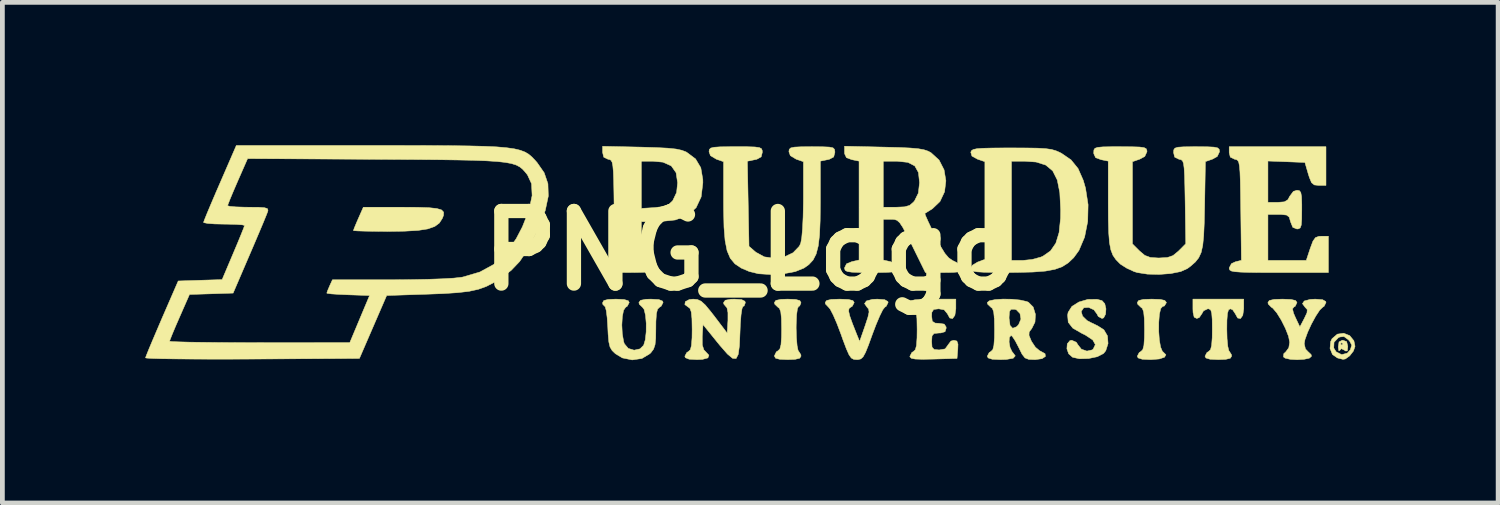
<source format=kicad_pcb>
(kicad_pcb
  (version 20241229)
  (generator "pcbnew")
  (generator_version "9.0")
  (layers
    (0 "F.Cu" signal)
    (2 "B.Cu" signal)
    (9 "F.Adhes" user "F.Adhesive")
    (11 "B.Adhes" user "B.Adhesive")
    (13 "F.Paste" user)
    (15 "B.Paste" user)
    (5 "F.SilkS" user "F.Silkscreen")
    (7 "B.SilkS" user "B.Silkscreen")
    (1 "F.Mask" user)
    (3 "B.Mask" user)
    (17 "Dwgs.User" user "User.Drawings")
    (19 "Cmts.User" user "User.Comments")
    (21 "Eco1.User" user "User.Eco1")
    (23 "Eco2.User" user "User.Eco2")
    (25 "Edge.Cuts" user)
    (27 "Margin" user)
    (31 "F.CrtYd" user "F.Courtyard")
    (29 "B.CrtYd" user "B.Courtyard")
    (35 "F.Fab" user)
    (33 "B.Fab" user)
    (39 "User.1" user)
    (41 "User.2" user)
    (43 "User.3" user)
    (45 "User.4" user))
  (footprint "PNG_Logo"
    (layer "F.Cu")
    (at 12.702 2.215)
    (property "Reference" "PNG_Logo" (at 0 0 0) (layer "F.SilkS") (effects (font (size 1.524 1.524) (thickness 0.3))))
    (attr through_hole)
    (fp_poly (pts (xy 12.524 1.908) (xy 12.548 2.007) (xy 12.548 2.013) (xy 12.538 2.102) (xy 12.501 2.105) (xy 12.476 2.087) (xy 12.411 2.055) (xy 12.379 2.093) (xy 12.359 2.099) (xy 12.348 2.022) (xy 12.348 2.019) (xy 12.358 1.956) (xy 12.395 1.956) (xy 12.421 1.981) (xy 12.446 1.956) (xy 12.421 1.93) (xy 12.395 1.956) (xy 12.358 1.956) (xy 12.364 1.914) (xy 12.43 1.88) (xy 12.446 1.88) (xy 12.524 1.908)) (stroke (width 0.01) (type solid)) (fill yes) (layer "F.SilkS"))
    (fp_poly (pts (xy -6.988 -0.912) (xy -6.744 -0.904) (xy -6.578 -0.886) (xy -6.479 -0.856) (xy -6.437 -0.81) (xy -6.439 -0.745) (xy -6.463 -0.682) (xy -6.526 -0.583) (xy -6.624 -0.51) (xy -6.768 -0.459) (xy -6.974 -0.427) (xy -7.255 -0.411) (xy -7.59 -0.406) (xy -7.851 -0.408) (xy -8.072 -0.411) (xy -8.235 -0.416) (xy -8.322 -0.422) (xy -8.331 -0.425) (xy -8.312 -0.479) (xy -8.264 -0.594) (xy -8.227 -0.679) (xy -8.123 -0.914) (xy -7.323 -0.914) (xy -6.988 -0.912)) (stroke (width 0.01) (type solid)) (fill yes) (layer "F.SilkS"))
    (fp_poly (pts (xy 12.588 1.782) (xy 12.676 1.89) (xy 12.7 2.007) (xy 12.666 2.106) (xy 12.588 2.206) (xy 12.497 2.272) (xy 12.447 2.28) (xy 12.381 2.264) (xy 12.329 2.25) (xy 12.226 2.178) (xy 12.175 2.051) (xy 12.176 2.042) (xy 12.253 2.042) (xy 12.304 2.123) (xy 12.42 2.181) (xy 12.538 2.15) (xy 12.602 2.077) (xy 12.631 1.981) (xy 12.586 1.897) (xy 12.559 1.868) (xy 12.468 1.801) (xy 12.381 1.811) (xy 12.351 1.825) (xy 12.259 1.921) (xy 12.253 2.042) (xy 12.176 2.042) (xy 12.188 1.908) (xy 12.217 1.847) (xy 12.329 1.751) (xy 12.462 1.732) (xy 12.588 1.782)) (stroke (width 0.01) (type solid)) (fill yes) (layer "F.SilkS"))
    (fp_poly (pts (xy 0.956 1.023) (xy 1.043 1.047) (xy 1.067 1.092) (xy 1.039 1.16) (xy 1.016 1.168) (xy 0.992 1.216) (xy 0.974 1.349) (xy 0.966 1.549) (xy 0.965 1.623) (xy 0.971 1.828) (xy 0.985 1.993) (xy 1.005 2.092) (xy 1.016 2.108) (xy 1.063 2.182) (xy 1.067 2.213) (xy 1.039 2.257) (xy 0.942 2.28) (xy 0.787 2.286) (xy 0.62 2.279) (xy 0.533 2.256) (xy 0.508 2.21) (xy 0.508 2.208) (xy 0.549 2.123) (xy 0.584 2.101) (xy 0.623 2.063) (xy 0.647 1.972) (xy 0.658 1.811) (xy 0.66 1.644) (xy 0.656 1.422) (xy 0.642 1.283) (xy 0.614 1.21) (xy 0.584 1.187) (xy 0.517 1.123) (xy 0.508 1.087) (xy 0.539 1.043) (xy 0.643 1.021) (xy 0.787 1.016) (xy 0.956 1.023)) (stroke (width 0.01) (type solid)) (fill yes) (layer "F.SilkS"))
    (fp_poly (pts (xy 8.61 1.022) (xy 8.705 1.043) (xy 8.737 1.083) (xy 8.738 1.092) (xy 8.697 1.16) (xy 8.661 1.168) (xy 8.62 1.214) (xy 8.592 1.334) (xy 8.579 1.502) (xy 8.578 1.69) (xy 8.591 1.872) (xy 8.617 2.022) (xy 8.655 2.113) (xy 8.669 2.124) (xy 8.729 2.184) (xy 8.7 2.235) (xy 8.591 2.272) (xy 8.413 2.286) (xy 8.404 2.286) (xy 8.233 2.278) (xy 8.146 2.251) (xy 8.128 2.215) (xy 8.169 2.137) (xy 8.204 2.115) (xy 8.243 2.077) (xy 8.267 1.988) (xy 8.278 1.828) (xy 8.28 1.651) (xy 8.276 1.427) (xy 8.262 1.287) (xy 8.235 1.211) (xy 8.204 1.187) (xy 8.137 1.123) (xy 8.128 1.087) (xy 8.157 1.045) (xy 8.256 1.022) (xy 8.433 1.016) (xy 8.61 1.022)) (stroke (width 0.01) (type solid)) (fill yes) (layer "F.SilkS"))
    (fp_poly (pts (xy 10.363 1.219) (xy 10.343 1.356) (xy 10.295 1.424) (xy 10.235 1.412) (xy 10.185 1.321) (xy 10.129 1.238) (xy 10.08 1.219) (xy 10.044 1.241) (xy 10.021 1.316) (xy 10.01 1.461) (xy 10.008 1.648) (xy 10.013 1.847) (xy 10.028 2.005) (xy 10.05 2.097) (xy 10.058 2.108) (xy 10.105 2.182) (xy 10.109 2.213) (xy 10.081 2.257) (xy 9.985 2.28) (xy 9.83 2.286) (xy 9.657 2.278) (xy 9.57 2.252) (xy 9.55 2.215) (xy 9.591 2.137) (xy 9.627 2.115) (xy 9.666 2.077) (xy 9.689 1.987) (xy 9.701 1.828) (xy 9.703 1.653) (xy 9.701 1.442) (xy 9.691 1.312) (xy 9.671 1.246) (xy 9.634 1.221) (xy 9.607 1.219) (xy 9.518 1.262) (xy 9.485 1.321) (xy 9.429 1.403) (xy 9.377 1.422) (xy 9.322 1.394) (xy 9.299 1.295) (xy 9.296 1.219) (xy 9.296 1.016) (xy 10.363 1.016) (xy 10.363 1.219)) (stroke (width 0.01) (type solid)) (fill yes) (layer "F.SilkS"))
    (fp_poly (pts (xy 2.824 1.028) (xy 2.891 1.066) (xy 2.896 1.087) (xy 2.855 1.167) (xy 2.828 1.184) (xy 2.784 1.239) (xy 2.719 1.371) (xy 2.64 1.558) (xy 2.568 1.748) (xy 2.483 1.982) (xy 2.421 2.136) (xy 2.371 2.227) (xy 2.323 2.271) (xy 2.267 2.285) (xy 2.236 2.286) (xy 2.173 2.28) (xy 2.123 2.252) (xy 2.075 2.184) (xy 2.02 2.06) (xy 1.946 1.864) (xy 1.905 1.748) (xy 1.822 1.53) (xy 1.744 1.35) (xy 1.68 1.227) (xy 1.644 1.184) (xy 1.581 1.118) (xy 1.575 1.087) (xy 1.604 1.045) (xy 1.702 1.022) (xy 1.88 1.016) (xy 2.061 1.023) (xy 2.157 1.046) (xy 2.184 1.087) (xy 2.143 1.166) (xy 2.11 1.186) (xy 2.075 1.213) (xy 2.067 1.267) (xy 2.089 1.365) (xy 2.145 1.523) (xy 2.236 1.753) (xy 2.298 1.905) (xy 2.413 1.575) (xy 2.472 1.396) (xy 2.496 1.287) (xy 2.487 1.224) (xy 2.453 1.184) (xy 2.401 1.11) (xy 2.441 1.054) (xy 2.566 1.021) (xy 2.67 1.016) (xy 2.824 1.028)) (stroke (width 0.01) (type solid)) (fill yes) (layer "F.SilkS"))
    (fp_poly (pts (xy 7.387 1.047) (xy 7.445 1.111) (xy 7.47 1.218) (xy 7.462 1.331) (xy 7.422 1.409) (xy 7.387 1.422) (xy 7.309 1.38) (xy 7.28 1.325) (xy 7.217 1.24) (xy 7.108 1.19) (xy 7.007 1.196) (xy 7.002 1.199) (xy 6.95 1.276) (xy 6.979 1.373) (xy 7.074 1.466) (xy 7.15 1.506) (xy 7.297 1.577) (xy 7.415 1.652) (xy 7.429 1.664) (xy 7.502 1.788) (xy 7.514 1.948) (xy 7.466 2.099) (xy 7.419 2.157) (xy 7.288 2.225) (xy 7.104 2.263) (xy 6.913 2.268) (xy 6.769 2.236) (xy 6.687 2.164) (xy 6.65 2.058) (xy 6.658 1.954) (xy 6.713 1.888) (xy 6.753 1.88) (xy 6.848 1.922) (xy 6.882 1.976) (xy 6.954 2.067) (xy 7.07 2.107) (xy 7.181 2.082) (xy 7.202 2.065) (xy 7.247 1.971) (xy 7.193 1.873) (xy 7.039 1.771) (xy 6.96 1.732) (xy 6.773 1.624) (xy 6.678 1.502) (xy 6.665 1.351) (xy 6.676 1.293) (xy 6.755 1.169) (xy 6.903 1.076) (xy 7.089 1.022) (xy 7.283 1.02) (xy 7.387 1.047)) (stroke (width 0.01) (type solid)) (fill yes) (layer "F.SilkS"))
    (fp_poly (pts (xy 12.019 1.028) (xy 12.086 1.066) (xy 12.09 1.087) (xy 12.05 1.167) (xy 12.024 1.183) (xy 11.959 1.245) (xy 11.874 1.374) (xy 11.784 1.539) (xy 11.704 1.713) (xy 11.649 1.864) (xy 11.633 1.952) (xy 11.659 2.062) (xy 11.709 2.115) (xy 11.777 2.179) (xy 11.786 2.215) (xy 11.741 2.255) (xy 11.63 2.279) (xy 11.485 2.288) (xy 11.342 2.28) (xy 11.233 2.255) (xy 11.197 2.229) (xy 11.204 2.161) (xy 11.245 2.124) (xy 11.309 2.038) (xy 11.328 1.921) (xy 11.304 1.797) (xy 11.24 1.633) (xy 11.153 1.459) (xy 11.059 1.307) (xy 10.974 1.206) (xy 10.941 1.184) (xy 10.878 1.119) (xy 10.871 1.087) (xy 10.9 1.045) (xy 10.999 1.022) (xy 11.176 1.016) (xy 11.356 1.023) (xy 11.452 1.045) (xy 11.481 1.087) (xy 11.481 1.088) (xy 11.443 1.167) (xy 11.417 1.181) (xy 11.387 1.22) (xy 11.409 1.312) (xy 11.448 1.401) (xy 11.542 1.599) (xy 11.635 1.422) (xy 11.691 1.303) (xy 11.697 1.236) (xy 11.653 1.187) (xy 11.65 1.184) (xy 11.596 1.111) (xy 11.634 1.055) (xy 11.757 1.022) (xy 11.865 1.016) (xy 12.019 1.028)) (stroke (width 0.01) (type solid)) (fill yes) (layer "F.SilkS"))
    (fp_poly (pts (xy -0.18 1.026) (xy -0.111 1.06) (xy -0.102 1.092) (xy -0.128 1.16) (xy -0.151 1.168) (xy -0.172 1.216) (xy -0.192 1.346) (xy -0.207 1.539) (xy -0.214 1.714) (xy -0.226 1.994) (xy -0.251 2.176) (xy -0.296 2.263) (xy -0.369 2.259) (xy -0.478 2.168) (xy -0.632 1.992) (xy -0.691 1.92) (xy -0.991 1.549) (xy -1.007 1.802) (xy -1.006 1.979) (xy -0.972 2.082) (xy -0.943 2.112) (xy -0.867 2.193) (xy -0.888 2.25) (xy -1.003 2.281) (xy -1.118 2.286) (xy -1.282 2.277) (xy -1.36 2.246) (xy -1.372 2.215) (xy -1.331 2.137) (xy -1.295 2.115) (xy -1.256 2.077) (xy -1.233 1.988) (xy -1.221 1.828) (xy -1.219 1.651) (xy -1.223 1.427) (xy -1.237 1.287) (xy -1.264 1.211) (xy -1.295 1.187) (xy -1.372 1.13) (xy -1.362 1.069) (xy -1.279 1.025) (xy -1.199 1.016) (xy -1.108 1.024) (xy -1.03 1.06) (xy -0.943 1.139) (xy -0.828 1.278) (xy -0.754 1.373) (xy -0.483 1.73) (xy -0.467 1.463) (xy -0.467 1.299) (xy -0.487 1.198) (xy -0.505 1.178) (xy -0.554 1.119) (xy -0.559 1.088) (xy -0.523 1.039) (xy -0.408 1.018) (xy -0.33 1.016) (xy -0.18 1.026)) (stroke (width 0.01) (type solid)) (fill yes) (layer "F.SilkS"))
    (fp_poly (pts (xy -1.919 1.025) (xy -1.841 1.056) (xy -1.829 1.087) (xy -1.87 1.165) (xy -1.905 1.187) (xy -1.945 1.226) (xy -1.969 1.32) (xy -1.98 1.485) (xy -1.981 1.626) (xy -1.984 1.837) (xy -1.998 1.974) (xy -2.029 2.065) (xy -2.084 2.139) (xy -2.106 2.161) (xy -2.273 2.262) (xy -2.477 2.292) (xy -2.684 2.25) (xy -2.829 2.163) (xy -2.899 2.096) (xy -2.943 2.022) (xy -2.968 1.916) (xy -2.983 1.751) (xy -2.99 1.605) (xy -3.003 1.408) (xy -3.022 1.258) (xy -3.044 1.176) (xy -3.053 1.168) (xy -3.094 1.127) (xy -3.099 1.092) (xy -3.074 1.046) (xy -2.986 1.023) (xy -2.819 1.016) (xy -2.647 1.024) (xy -2.559 1.05) (xy -2.54 1.087) (xy -2.581 1.165) (xy -2.616 1.187) (xy -2.659 1.251) (xy -2.685 1.385) (xy -2.695 1.559) (xy -2.686 1.742) (xy -2.658 1.904) (xy -2.643 1.952) (xy -2.56 2.051) (xy -2.437 2.088) (xy -2.313 2.06) (xy -2.237 1.985) (xy -2.202 1.868) (xy -2.184 1.704) (xy -2.183 1.523) (xy -2.198 1.355) (xy -2.227 1.232) (xy -2.261 1.187) (xy -2.328 1.123) (xy -2.337 1.087) (xy -2.303 1.041) (xy -2.192 1.019) (xy -2.083 1.016) (xy -1.919 1.025)) (stroke (width 0.01) (type solid)) (fill yes) (layer "F.SilkS"))
    (fp_poly (pts (xy 4.318 1.219) (xy 4.298 1.356) (xy 4.249 1.424) (xy 4.19 1.412) (xy 4.14 1.321) (xy 4.073 1.24) (xy 3.959 1.219) (xy 3.853 1.232) (xy 3.814 1.293) (xy 3.81 1.372) (xy 3.823 1.48) (xy 3.882 1.519) (xy 3.962 1.524) (xy 4.074 1.54) (xy 4.113 1.599) (xy 4.115 1.626) (xy 4.091 1.7) (xy 4.002 1.726) (xy 3.962 1.727) (xy 3.86 1.737) (xy 3.818 1.787) (xy 3.81 1.905) (xy 3.818 2.024) (xy 3.862 2.073) (xy 3.967 2.083) (xy 4.093 2.061) (xy 4.15 1.985) (xy 4.151 1.981) (xy 4.215 1.897) (xy 4.276 1.88) (xy 4.34 1.896) (xy 4.363 1.962) (xy 4.359 2.07) (xy 4.343 2.261) (xy 3.848 2.275) (xy 3.614 2.279) (xy 3.465 2.274) (xy 3.384 2.258) (xy 3.354 2.228) (xy 3.353 2.217) (xy 3.394 2.137) (xy 3.429 2.115) (xy 3.468 2.077) (xy 3.492 1.988) (xy 3.503 1.828) (xy 3.505 1.651) (xy 3.501 1.427) (xy 3.487 1.287) (xy 3.46 1.211) (xy 3.429 1.187) (xy 3.361 1.123) (xy 3.353 1.087) (xy 3.375 1.052) (xy 3.45 1.031) (xy 3.596 1.019) (xy 3.827 1.016) (xy 3.835 1.016) (xy 4.318 1.016) (xy 4.318 1.219)) (stroke (width 0.01) (type solid)) (fill yes) (layer "F.SilkS"))
    (fp_poly (pts (xy 5.803 -2.158) (xy 6.035 -2.154) (xy 6.203 -2.144) (xy 6.325 -2.127) (xy 6.419 -2.1) (xy 6.505 -2.062) (xy 6.536 -2.046) (xy 6.737 -1.908) (xy 6.884 -1.727) (xy 6.993 -1.48) (xy 7.041 -1.315) (xy 7.095 -0.967) (xy 7.087 -0.617) (xy 7.022 -0.288) (xy 6.903 -0.007) (xy 6.792 0.146) (xy 6.679 0.253) (xy 6.553 0.334) (xy 6.399 0.39) (xy 6.199 0.427) (xy 5.937 0.447) (xy 5.597 0.455) (xy 5.448 0.456) (xy 5.138 0.455) (xy 4.916 0.452) (xy 4.767 0.443) (xy 4.678 0.429) (xy 4.635 0.408) (xy 4.623 0.378) (xy 4.623 0.377) (xy 4.666 0.304) (xy 4.77 0.241) (xy 4.775 0.238) (xy 4.928 0.181) (xy 4.928 -1.87) (xy 4.899 -1.88) (xy 5.486 -1.88) (xy 5.486 0.203) (xy 5.728 0.203) (xy 5.919 0.183) (xy 6.101 0.134) (xy 6.147 0.114) (xy 6.307 0.002) (xy 6.418 -0.159) (xy 6.486 -0.382) (xy 6.517 -0.682) (xy 6.519 -0.863) (xy 6.501 -1.219) (xy 6.448 -1.486) (xy 6.352 -1.677) (xy 6.206 -1.799) (xy 6.002 -1.863) (xy 5.768 -1.88) (xy 5.486 -1.88) (xy 4.899 -1.88) (xy 4.771 -1.924) (xy 4.656 -1.988) (xy 4.632 -2.069) (xy 4.647 -2.102) (xy 4.685 -2.126) (xy 4.762 -2.143) (xy 4.891 -2.152) (xy 5.087 -2.157) (xy 5.366 -2.159) (xy 5.487 -2.159) (xy 5.803 -2.158)) (stroke (width 0.01) (type solid)) (fill yes) (layer "F.SilkS"))
    (fp_poly (pts (xy 12.09 -1.372) (xy 11.94 -1.372) (xy 11.846 -1.382) (xy 11.787 -1.429) (xy 11.741 -1.54) (xy 11.718 -1.613) (xy 11.648 -1.854) (xy 11.26 -1.869) (xy 10.871 -1.884) (xy 10.871 -1.016) (xy 11.076 -1.016) (xy 11.216 -1.027) (xy 11.291 -1.072) (xy 11.328 -1.143) (xy 11.405 -1.246) (xy 11.48 -1.27) (xy 11.531 -1.262) (xy 11.561 -1.224) (xy 11.577 -1.135) (xy 11.582 -0.975) (xy 11.582 -0.864) (xy 11.58 -0.661) (xy 11.571 -0.54) (xy 11.548 -0.479) (xy 11.508 -0.459) (xy 11.48 -0.457) (xy 11.393 -0.492) (xy 11.346 -0.609) (xy 11.346 -0.61) (xy 11.318 -0.705) (xy 11.264 -0.749) (xy 11.15 -0.762) (xy 11.093 -0.762) (xy 10.871 -0.762) (xy 10.871 0.203) (xy 11.676 0.203) (xy 11.76 -0.051) (xy 11.816 -0.201) (xy 11.869 -0.276) (xy 11.942 -0.303) (xy 11.993 -0.305) (xy 12.141 -0.305) (xy 12.141 0.457) (xy 11.1 0.457) (xy 10.749 0.457) (xy 10.488 0.455) (xy 10.302 0.449) (xy 10.179 0.44) (xy 10.106 0.426) (xy 10.071 0.405) (xy 10.059 0.376) (xy 10.058 0.361) (xy 10.105 0.271) (xy 10.186 0.233) (xy 10.314 0.201) (xy 10.301 -0.852) (xy 10.296 -1.204) (xy 10.291 -1.468) (xy 10.284 -1.656) (xy 10.273 -1.781) (xy 10.258 -1.858) (xy 10.236 -1.898) (xy 10.206 -1.915) (xy 10.173 -1.921) (xy 10.081 -1.966) (xy 10.058 -2.061) (xy 10.058 -2.184) (xy 12.09 -2.184) (xy 12.09 -1.372)) (stroke (width 0.01) (type solid)) (fill yes) (layer "F.SilkS"))
    (fp_poly (pts (xy 5.492 1.018) (xy 5.667 1.035) (xy 5.805 1.066) (xy 5.842 1.081) (xy 5.942 1.182) (xy 5.989 1.334) (xy 5.98 1.498) (xy 5.913 1.632) (xy 5.858 1.705) (xy 5.854 1.776) (xy 5.9 1.888) (xy 5.906 1.902) (xy 5.988 2.025) (xy 6.08 2.102) (xy 6.093 2.107) (xy 6.191 2.161) (xy 6.199 2.219) (xy 6.128 2.266) (xy 5.986 2.286) (xy 5.978 2.286) (xy 5.849 2.281) (xy 5.77 2.25) (xy 5.708 2.171) (xy 5.639 2.032) (xy 5.566 1.892) (xy 5.505 1.8) (xy 5.478 1.778) (xy 5.442 1.819) (xy 5.436 1.917) (xy 5.456 2.03) (xy 5.498 2.119) (xy 5.511 2.133) (xy 5.566 2.207) (xy 5.522 2.257) (xy 5.379 2.282) (xy 5.255 2.286) (xy 5.083 2.278) (xy 4.997 2.251) (xy 4.978 2.215) (xy 5.019 2.137) (xy 5.055 2.115) (xy 5.094 2.077) (xy 5.117 1.988) (xy 5.129 1.828) (xy 5.131 1.651) (xy 5.127 1.427) (xy 5.126 1.419) (xy 5.436 1.419) (xy 5.456 1.568) (xy 5.511 1.628) (xy 5.594 1.596) (xy 5.636 1.552) (xy 5.685 1.435) (xy 5.665 1.318) (xy 5.588 1.239) (xy 5.55 1.228) (xy 5.477 1.229) (xy 5.444 1.277) (xy 5.436 1.396) (xy 5.436 1.419) (xy 5.126 1.419) (xy 5.113 1.287) (xy 5.086 1.211) (xy 5.055 1.187) (xy 4.987 1.123) (xy 4.978 1.087) (xy 5.024 1.05) (xy 5.143 1.026) (xy 5.308 1.015) (xy 5.492 1.018)) (stroke (width 0.01) (type solid)) (fill yes) (layer "F.SilkS"))
    (fp_poly (pts (xy -2.299 -2.176) (xy -1.974 -2.166) (xy -1.734 -2.154) (xy -1.561 -2.136) (xy -1.438 -2.11) (xy -1.348 -2.076) (xy -1.334 -2.068) (xy -1.147 -1.928) (xy -1.037 -1.743) (xy -0.995 -1.496) (xy -0.994 -1.426) (xy -1.03 -1.13) (xy -1.136 -0.904) (xy -1.315 -0.744) (xy -1.571 -0.647) (xy -1.908 -0.611) (xy -1.943 -0.611) (xy -2.286 -0.61) (xy -2.286 -0.204) (xy -2.284 -0.002) (xy -2.275 0.121) (xy -2.251 0.187) (xy -2.206 0.219) (xy -2.159 0.233) (xy -2.055 0.294) (xy -2.032 0.361) (xy -2.04 0.404) (xy -2.076 0.432) (xy -2.158 0.448) (xy -2.303 0.455) (xy -2.529 0.457) (xy -2.565 0.457) (xy -2.804 0.456) (xy -2.959 0.449) (xy -3.047 0.435) (xy -3.088 0.408) (xy -3.099 0.368) (xy -3.099 0.361) (xy -3.053 0.271) (xy -2.971 0.233) (xy -2.843 0.201) (xy -2.856 -0.852) (xy -2.857 -0.889) (xy -2.286 -0.889) (xy -2.007 -0.906) (xy -1.827 -0.927) (xy -1.713 -0.97) (xy -1.629 -1.049) (xy -1.626 -1.053) (xy -1.545 -1.224) (xy -1.524 -1.426) (xy -1.556 -1.639) (xy -1.657 -1.782) (xy -1.832 -1.86) (xy -2.039 -1.88) (xy -2.286 -1.88) (xy -2.286 -1.384) (xy -2.286 -0.889) (xy -2.857 -0.889) (xy -2.861 -1.204) (xy -2.866 -1.468) (xy -2.873 -1.656) (xy -2.884 -1.781) (xy -2.899 -1.858) (xy -2.921 -1.898) (xy -2.951 -1.915) (xy -2.985 -1.921) (xy -3.075 -1.965) (xy -3.099 -2.065) (xy -3.099 -2.193) (xy -2.299 -2.176)) (stroke (width 0.01) (type solid)) (fill yes) (layer "F.SilkS"))
    (fp_poly (pts (xy 1.519 -2.183) (xy 1.66 -2.177) (xy 1.738 -2.161) (xy 1.77 -2.13) (xy 1.778 -2.08) (xy 1.778 -2.064) (xy 1.753 -1.969) (xy 1.66 -1.92) (xy 1.626 -1.913) (xy 1.473 -1.882) (xy 1.473 -1.018) (xy 1.469 -0.631) (xy 1.456 -0.33) (xy 1.429 -0.102) (xy 1.385 0.068) (xy 1.321 0.194) (xy 1.232 0.29) (xy 1.13 0.363) (xy 0.947 0.437) (xy 0.702 0.483) (xy 0.433 0.499) (xy 0.176 0.483) (xy -0.016 0.437) (xy -0.189 0.363) (xy -0.321 0.274) (xy -0.418 0.158) (xy -0.485 0.000339) (xy -0.527 -0.213) (xy -0.55 -0.494) (xy -0.558 -0.859) (xy -0.559 -1.006) (xy -0.559 -1.87) (xy -0.711 -1.923) (xy -0.834 -1.997) (xy -0.864 -2.08) (xy -0.858 -2.126) (xy -0.828 -2.156) (xy -0.758 -2.173) (xy -0.629 -2.182) (xy -0.423 -2.184) (xy -0.305 -2.184) (xy -0.061 -2.184) (xy 0.099 -2.179) (xy 0.193 -2.166) (xy 0.238 -2.142) (xy 0.253 -2.103) (xy 0.254 -2.064) (xy 0.23 -1.971) (xy 0.139 -1.921) (xy 0.097 -1.912) (xy -0.059 -1.88) (xy -0.025 -0.093) (xy 0.117 0.03) (xy 0.296 0.128) (xy 0.505 0.159) (xy 0.716 0.129) (xy 0.9 0.042) (xy 1.031 -0.094) (xy 1.061 -0.158) (xy 1.082 -0.269) (xy 1.099 -0.459) (xy 1.111 -0.708) (xy 1.117 -0.994) (xy 1.118 -1.095) (xy 1.118 -1.87) (xy 0.965 -1.923) (xy 0.843 -1.997) (xy 0.813 -2.08) (xy 0.82 -2.129) (xy 0.852 -2.159) (xy 0.93 -2.176) (xy 1.072 -2.183) (xy 1.295 -2.184) (xy 1.519 -2.183)) (stroke (width 0.01) (type solid)) (fill yes) (layer "F.SilkS"))
    (fp_poly (pts (xy 9.597 -2.183) (xy 9.738 -2.176) (xy 9.816 -2.159) (xy 9.848 -2.129) (xy 9.855 -2.08) (xy 9.807 -1.979) (xy 9.707 -1.924) (xy 9.558 -1.872) (xy 9.542 -0.94) (xy 9.534 -0.584) (xy 9.522 -0.313) (xy 9.502 -0.112) (xy 9.469 0.036) (xy 9.418 0.147) (xy 9.346 0.237) (xy 9.248 0.323) (xy 9.181 0.373) (xy 9.039 0.437) (xy 8.829 0.479) (xy 8.586 0.497) (xy 8.342 0.491) (xy 8.129 0.458) (xy 8.061 0.437) (xy 7.907 0.366) (xy 7.779 0.285) (xy 7.764 0.272) (xy 7.68 0.187) (xy 7.617 0.096) (xy 7.573 -0.018) (xy 7.544 -0.17) (xy 7.528 -0.377) (xy 7.52 -0.654) (xy 7.518 -0.989) (xy 7.518 -1.882) (xy 7.366 -1.913) (xy 7.253 -1.955) (xy 7.215 -2.037) (xy 7.214 -2.064) (xy 7.217 -2.116) (xy 7.239 -2.151) (xy 7.297 -2.171) (xy 7.409 -2.181) (xy 7.592 -2.184) (xy 7.772 -2.184) (xy 8.017 -2.183) (xy 8.177 -2.178) (xy 8.271 -2.165) (xy 8.316 -2.141) (xy 8.33 -2.102) (xy 8.331 -2.08) (xy 8.285 -1.98) (xy 8.179 -1.923) (xy 8.026 -1.87) (xy 8.026 -0.145) (xy 8.175 0.004) (xy 8.285 0.097) (xy 8.401 0.141) (xy 8.569 0.152) (xy 8.585 0.152) (xy 8.758 0.142) (xy 8.877 0.102) (xy 8.986 0.013) (xy 8.997 0.003) (xy 9.146 -0.147) (xy 9.133 -1.026) (xy 9.127 -1.344) (xy 9.121 -1.574) (xy 9.112 -1.732) (xy 9.099 -1.831) (xy 9.079 -1.886) (xy 9.05 -1.911) (xy 9.01 -1.92) (xy 9.004 -1.921) (xy 8.913 -1.966) (xy 8.89 -2.061) (xy 8.894 -2.118) (xy 8.918 -2.154) (xy 8.981 -2.174) (xy 9.102 -2.182) (xy 9.301 -2.184) (xy 9.373 -2.184) (xy 9.597 -2.183)) (stroke (width 0.01) (type solid)) (fill yes) (layer "F.SilkS"))
    (fp_poly (pts (xy 2.807 -2.176) (xy 3.126 -2.168) (xy 3.361 -2.157) (xy 3.53 -2.142) (xy 3.65 -2.12) (xy 3.738 -2.09) (xy 3.796 -2.059) (xy 3.966 -1.904) (xy 4.071 -1.699) (xy 4.109 -1.468) (xy 4.081 -1.238) (xy 3.985 -1.034) (xy 3.827 -0.883) (xy 3.725 -0.819) (xy 3.669 -0.784) (xy 3.667 -0.783) (xy 3.682 -0.736) (xy 3.734 -0.619) (xy 3.814 -0.45) (xy 3.883 -0.311) (xy 3.999 -0.09) (xy 4.089 0.057) (xy 4.169 0.15) (xy 4.254 0.208) (xy 4.293 0.225) (xy 4.408 0.293) (xy 4.468 0.364) (xy 4.47 0.378) (xy 4.453 0.419) (xy 4.387 0.443) (xy 4.255 0.455) (xy 4.075 0.457) (xy 3.679 0.457) (xy 3.404 -0.102) (xy 3.287 -0.335) (xy 3.203 -0.493) (xy 3.139 -0.589) (xy 3.083 -0.639) (xy 3.024 -0.658) (xy 2.961 -0.66) (xy 2.794 -0.66) (xy 2.794 0.195) (xy 2.946 0.229) (xy 3.066 0.282) (xy 3.099 0.36) (xy 3.091 0.402) (xy 3.058 0.43) (xy 2.98 0.447) (xy 2.841 0.455) (xy 2.623 0.457) (xy 2.54 0.457) (xy 2.295 0.456) (xy 2.134 0.45) (xy 2.04 0.436) (xy 1.995 0.412) (xy 1.982 0.374) (xy 1.981 0.36) (xy 2.023 0.274) (xy 2.134 0.229) (xy 2.286 0.195) (xy 2.286 -1.88) (xy 2.794 -1.88) (xy 2.794 -0.914) (xy 3.07 -0.914) (xy 3.241 -0.922) (xy 3.347 -0.952) (xy 3.426 -1.019) (xy 3.451 -1.048) (xy 3.531 -1.21) (xy 3.556 -1.429) (xy 3.533 -1.643) (xy 3.456 -1.781) (xy 3.311 -1.856) (xy 3.085 -1.88) (xy 3.073 -1.88) (xy 2.794 -1.88) (xy 2.286 -1.88) (xy 2.286 -1.882) (xy 2.134 -1.913) (xy 2.022 -1.954) (xy 1.983 -2.035) (xy 1.981 -2.069) (xy 1.981 -2.195) (xy 2.807 -2.176)) (stroke (width 0.01) (type solid)) (fill yes) (layer "F.SilkS"))
    (fp_poly (pts (xy -7.304 -2.21) (xy -6.753 -2.209) (xy -6.288 -2.206) (xy -5.899 -2.201) (xy -5.58 -2.193) (xy -5.321 -2.181) (xy -5.115 -2.163) (xy -4.953 -2.14) (xy -4.828 -2.11) (xy -4.73 -2.073) (xy -4.652 -2.027) (xy -4.587 -1.972) (xy -4.524 -1.907) (xy -4.475 -1.852) (xy -4.326 -1.638) (xy -4.247 -1.407) (xy -4.239 -1.148) (xy -4.303 -0.846) (xy -4.437 -0.491) (xy -4.516 -0.322) (xy -4.681 -0.01) (xy -4.842 0.227) (xy -5.019 0.412) (xy -5.2 0.552) (xy -5.376 0.664) (xy -5.538 0.748) (xy -5.707 0.809) (xy -5.903 0.852) (xy -6.145 0.88) (xy -6.453 0.9) (xy -6.75 0.911) (xy -7.633 0.94) (xy -7.919 1.6) (xy -8.205 2.261) (xy -10.453 2.274) (xy -10.919 2.276) (xy -11.353 2.276) (xy -11.744 2.274) (xy -12.081 2.271) (xy -12.355 2.267) (xy -12.555 2.261) (xy -12.671 2.254) (xy -12.697 2.248) (xy -12.676 2.191) (xy -12.622 2.057) (xy -12.556 1.9) (xy -12.192 1.9) (xy -12.143 1.907) (xy -12.004 1.913) (xy -11.785 1.919) (xy -11.498 1.923) (xy -11.154 1.927) (xy -10.764 1.929) (xy -10.34 1.93) (xy -10.3 1.93) (xy -8.407 1.929) (xy -8.2 1.435) (xy -7.992 0.94) (xy -8.441 0.925) (xy -8.64 0.916) (xy -8.794 0.906) (xy -8.88 0.894) (xy -8.89 0.889) (xy -8.871 0.833) (xy -8.831 0.739) (xy -8.772 0.61) (xy -7.538 0.61) (xy -7.14 0.607) (xy -6.778 0.6) (xy -6.468 0.589) (xy -6.224 0.575) (xy -6.062 0.557) (xy -6.035 0.552) (xy -5.675 0.446) (xy -5.379 0.284) (xy -5.13 0.055) (xy -4.913 -0.253) (xy -4.783 -0.502) (xy -4.643 -0.855) (xy -4.579 -1.158) (xy -4.591 -1.408) (xy -4.677 -1.594) (xy -4.73 -1.659) (xy -4.781 -1.715) (xy -4.839 -1.761) (xy -4.914 -1.8) (xy -5.012 -1.831) (xy -5.142 -1.855) (xy -5.313 -1.874) (xy -5.533 -1.888) (xy -5.81 -1.899) (xy -6.154 -1.906) (xy -6.571 -1.912) (xy -7.07 -1.916) (xy -7.661 -1.919) (xy -7.855 -1.92) (xy -10.553 -1.935) (xy -10.763 -1.457) (xy -10.85 -1.255) (xy -10.92 -1.088) (xy -10.963 -0.978) (xy -10.973 -0.946) (xy -10.926 -0.932) (xy -10.801 -0.921) (xy -10.62 -0.915) (xy -10.538 -0.914) (xy -10.327 -0.913) (xy -10.201 -0.904) (xy -10.139 -0.886) (xy -10.125 -0.852) (xy -10.131 -0.823) (xy -10.16 -0.748) (xy -10.222 -0.596) (xy -10.31 -0.387) (xy -10.417 -0.135) (xy -10.509 0.079) (xy -10.857 0.889) (xy -11.315 0.904) (xy -11.773 0.918) (xy -11.982 1.394) (xy -12.07 1.596) (xy -12.139 1.761) (xy -12.182 1.87) (xy -12.192 1.9) (xy -12.556 1.9) (xy -12.54 1.862) (xy -12.438 1.623) (xy -12.352 1.422) (xy -12.01 0.635) (xy -11.549 0.62) (xy -11.088 0.606) (xy -10.853 0.051) (xy -10.761 -0.167) (xy -10.686 -0.35) (xy -10.635 -0.478) (xy -10.617 -0.531) (xy -10.664 -0.544) (xy -10.789 -0.553) (xy -10.969 -0.558) (xy -11.049 -0.559) (xy -11.244 -0.563) (xy -11.392 -0.574) (xy -11.471 -0.59) (xy -11.478 -0.597) (xy -11.457 -0.654) (xy -11.403 -0.788) (xy -11.321 -0.983) (xy -11.219 -1.222) (xy -11.132 -1.422) (xy -10.79 -2.21) (xy -7.948 -2.21) (xy -7.304 -2.21)) (stroke (width 0.01) (type solid)) (fill yes) (layer "F.SilkS")))
  (gr_rect
    (start -3 -3)
    (end 28.407 7.512)
    (stroke (width 0.1) (type default))
    (fill no)
    (layer "Edge.Cuts")))
</source>
